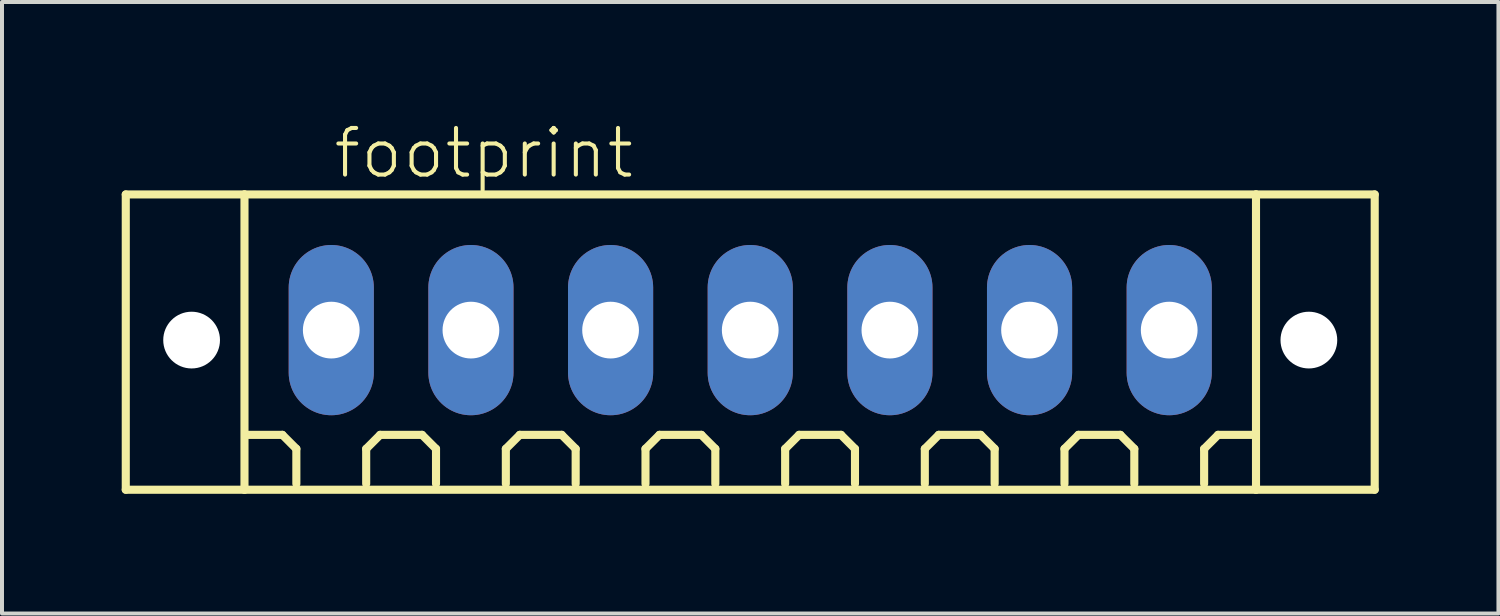
<source format=kicad_pcb>
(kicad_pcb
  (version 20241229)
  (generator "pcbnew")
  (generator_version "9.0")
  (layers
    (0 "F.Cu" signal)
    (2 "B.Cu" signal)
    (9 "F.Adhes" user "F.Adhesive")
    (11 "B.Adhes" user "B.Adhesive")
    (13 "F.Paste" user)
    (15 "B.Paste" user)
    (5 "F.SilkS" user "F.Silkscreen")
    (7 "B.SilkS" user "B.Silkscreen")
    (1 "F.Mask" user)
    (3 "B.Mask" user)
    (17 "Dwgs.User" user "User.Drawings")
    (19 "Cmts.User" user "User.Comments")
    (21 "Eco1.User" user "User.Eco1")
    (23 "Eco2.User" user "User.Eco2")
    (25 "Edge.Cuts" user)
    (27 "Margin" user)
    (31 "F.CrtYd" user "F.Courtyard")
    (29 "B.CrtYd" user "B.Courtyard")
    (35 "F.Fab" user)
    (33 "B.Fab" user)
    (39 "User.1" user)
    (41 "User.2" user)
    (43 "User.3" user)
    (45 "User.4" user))
  (footprint "footprint"
    (layer "F.Cu")
    (at 15.752 5.223)
    (property "Reference" "footprint" (at -10.5 -3.75 0) (layer "F.SilkS") (effects (font (size 1.168 1.168) (thickness 0.102)) (justify left bottom)))
    (fp_line (start -15.65 -3.4) (end -12.675 -3.4) (stroke (width 0.203) (type solid)) (layer "F.SilkS"))
    (fp_line (start -15.65 4) (end -15.65 -3.4) (stroke (width 0.203) (type solid)) (layer "F.SilkS"))
    (fp_line (start -12.675 -3.4) (end 12.675 -3.4) (stroke (width 0.203) (type solid)) (layer "F.SilkS"))
    (fp_line (start -12.675 4) (end -15.65 4) (stroke (width 0.203) (type solid)) (layer "F.SilkS"))
    (fp_line (start -12.675 4) (end -12.675 -3.4) (stroke (width 0.203) (type solid)) (layer "F.SilkS"))
    (fp_line (start -11.725 2.625) (end -12.6 2.625) (stroke (width 0.203) (type solid)) (layer "F.SilkS"))
    (fp_line (start -11.375 2.975) (end -11.725 2.625) (stroke (width 0.203) (type solid)) (layer "F.SilkS"))
    (fp_line (start -11.375 3.85) (end -11.375 2.975) (stroke (width 0.203) (type solid)) (layer "F.SilkS"))
    (fp_line (start -9.625 2.975) (end -9.275 2.625) (stroke (width 0.203) (type solid)) (layer "F.SilkS"))
    (fp_line (start -9.625 3.85) (end -9.625 2.975) (stroke (width 0.203) (type solid)) (layer "F.SilkS"))
    (fp_line (start -9.275 2.625) (end -8.225 2.625) (stroke (width 0.203) (type solid)) (layer "F.SilkS"))
    (fp_line (start -8.225 2.625) (end -7.875 2.975) (stroke (width 0.203) (type solid)) (layer "F.SilkS"))
    (fp_line (start -7.875 2.975) (end -7.875 3.85) (stroke (width 0.203) (type solid)) (layer "F.SilkS"))
    (fp_line (start -6.125 2.975) (end -5.775 2.625) (stroke (width 0.203) (type solid)) (layer "F.SilkS"))
    (fp_line (start -6.125 3.85) (end -6.125 2.975) (stroke (width 0.203) (type solid)) (layer "F.SilkS"))
    (fp_line (start -5.775 2.625) (end -4.725 2.625) (stroke (width 0.203) (type solid)) (layer "F.SilkS"))
    (fp_line (start -4.725 2.625) (end -4.375 2.975) (stroke (width 0.203) (type solid)) (layer "F.SilkS"))
    (fp_line (start -4.375 2.975) (end -4.375 3.85) (stroke (width 0.203) (type solid)) (layer "F.SilkS"))
    (fp_line (start -2.625 2.975) (end -2.275 2.625) (stroke (width 0.203) (type solid)) (layer "F.SilkS"))
    (fp_line (start -2.625 3.85) (end -2.625 2.975) (stroke (width 0.203) (type solid)) (layer "F.SilkS"))
    (fp_line (start -2.275 2.625) (end -1.225 2.625) (stroke (width 0.203) (type solid)) (layer "F.SilkS"))
    (fp_line (start -1.225 2.625) (end -0.875 2.975) (stroke (width 0.203) (type solid)) (layer "F.SilkS"))
    (fp_line (start -0.875 2.975) (end -0.875 3.85) (stroke (width 0.203) (type solid)) (layer "F.SilkS"))
    (fp_line (start 0.875 2.975) (end 1.225 2.625) (stroke (width 0.203) (type solid)) (layer "F.SilkS"))
    (fp_line (start 0.875 3.85) (end 0.875 2.975) (stroke (width 0.203) (type solid)) (layer "F.SilkS"))
    (fp_line (start 1.225 2.625) (end 2.275 2.625) (stroke (width 0.203) (type solid)) (layer "F.SilkS"))
    (fp_line (start 2.275 2.625) (end 2.625 2.975) (stroke (width 0.203) (type solid)) (layer "F.SilkS"))
    (fp_line (start 2.625 2.975) (end 2.625 3.85) (stroke (width 0.203) (type solid)) (layer "F.SilkS"))
    (fp_line (start 4.375 2.975) (end 4.725 2.625) (stroke (width 0.203) (type solid)) (layer "F.SilkS"))
    (fp_line (start 4.375 3.85) (end 4.375 2.975) (stroke (width 0.203) (type solid)) (layer "F.SilkS"))
    (fp_line (start 4.725 2.625) (end 5.775 2.625) (stroke (width 0.203) (type solid)) (layer "F.SilkS"))
    (fp_line (start 5.775 2.625) (end 6.125 2.975) (stroke (width 0.203) (type solid)) (layer "F.SilkS"))
    (fp_line (start 6.125 2.975) (end 6.125 3.85) (stroke (width 0.203) (type solid)) (layer "F.SilkS"))
    (fp_line (start 7.875 2.975) (end 8.225 2.625) (stroke (width 0.203) (type solid)) (layer "F.SilkS"))
    (fp_line (start 7.875 3.85) (end 7.875 2.975) (stroke (width 0.203) (type solid)) (layer "F.SilkS"))
    (fp_line (start 8.225 2.625) (end 9.275 2.625) (stroke (width 0.203) (type solid)) (layer "F.SilkS"))
    (fp_line (start 9.275 2.625) (end 9.625 2.975) (stroke (width 0.203) (type solid)) (layer "F.SilkS"))
    (fp_line (start 9.625 2.975) (end 9.625 3.85) (stroke (width 0.203) (type solid)) (layer "F.SilkS"))
    (fp_line (start 11.375 2.975) (end 11.725 2.625) (stroke (width 0.203) (type solid)) (layer "F.SilkS"))
    (fp_line (start 11.375 3.85) (end 11.375 2.975) (stroke (width 0.203) (type solid)) (layer "F.SilkS"))
    (fp_line (start 11.725 2.625) (end 12.6 2.625) (stroke (width 0.203) (type solid)) (layer "F.SilkS"))
    (fp_line (start 12.675 -3.4) (end 12.675 4) (stroke (width 0.203) (type solid)) (layer "F.SilkS"))
    (fp_line (start 12.675 -3.4) (end 15.65 -3.4) (stroke (width 0.203) (type solid)) (layer "F.SilkS"))
    (fp_line (start 12.675 4) (end -12.675 4) (stroke (width 0.203) (type solid)) (layer "F.SilkS"))
    (fp_line (start 15.65 -3.4) (end 15.65 4) (stroke (width 0.203) (type solid)) (layer "F.SilkS"))
    (fp_line (start 15.65 4) (end 12.675 4) (stroke (width 0.203) (type solid)) (layer "F.SilkS"))
    (pad "" np_thru_hole circle (at -14 0.25) (size 1.422 1.422) (drill 1.422) (layers "*.Cu" "*.Mask"))
    (pad "" np_thru_hole circle (at 14 0.25) (size 1.422 1.422) (drill 1.422) (layers "*.Cu" "*.Mask"))
    (pad "1" thru_hole oval (at -10.5 0 90) (size 4.267 2.134) (drill 1.422) (layers "*.Cu" "*.Mask"))
    (pad "2" thru_hole oval (at -7 0 90) (size 4.267 2.134) (drill 1.422) (layers "*.Cu" "*.Mask"))
    (pad "3" thru_hole oval (at -3.5 0 90) (size 4.267 2.134) (drill 1.422) (layers "*.Cu" "*.Mask"))
    (pad "4" thru_hole oval (at 0 0 90) (size 4.267 2.134) (drill 1.422) (layers "*.Cu" "*.Mask"))
    (pad "5" thru_hole oval (at 3.5 0 90) (size 4.267 2.134) (drill 1.422) (layers "*.Cu" "*.Mask"))
    (pad "6" thru_hole oval (at 7 0 90) (size 4.267 2.134) (drill 1.422) (layers "*.Cu" "*.Mask"))
    (pad "7" thru_hole oval (at 10.5 0 90) (size 4.267 2.134) (drill 1.422) (layers "*.Cu" "*.Mask")))
  (gr_rect
    (start -3 -3)
    (end 34.503 12.325)
    (stroke (width 0.1) (type default))
    (fill no)
    (layer "Edge.Cuts")))
</source>
